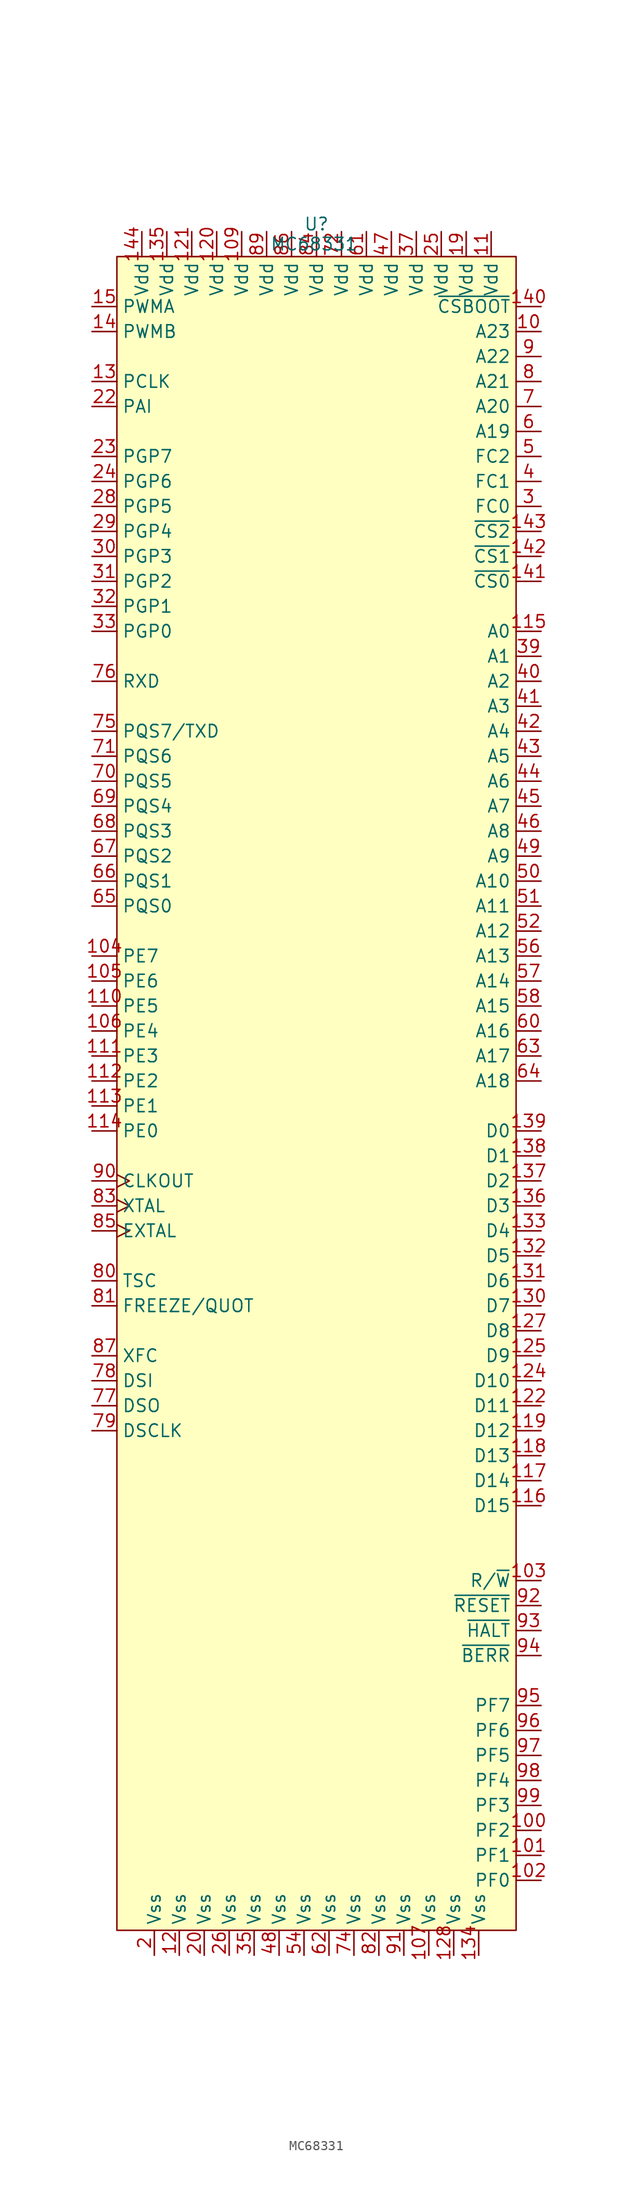
<source format=kicad_sym>
(kicad_symbol_lib
  (version 20231120)
  (generator "kicad_symbol_editor")
  (generator_version "8.0")
  (symbol "MC68331"
    (property "Reference" "U"
      (at 0 5.842 0)
      (effects (font (size 1.27 1.27))))
    (property "Value" "MC68331"
      (at -0.254 3.81 0)
      (effects (font (size 1.27 1.27))))
    (symbol "MC68331_0_0"
      (pin output line (at 22.86 -5.08 180) (length 2.54) (name "A23" (effects (font (size 1.27 1.27)))) (number "10" (effects (font (size 1.27 1.27)))))
      (pin unspecified line (at 22.86 -157.48 180) (length 2.54) (name "PF2" (effects (font (size 1.27 1.27)))) (number "100" (effects (font (size 1.27 1.27)))))
      (pin unspecified line (at 22.86 -160.02 180) (length 2.54) (name "PF1" (effects (font (size 1.27 1.27)))) (number "101" (effects (font (size 1.27 1.27)))))
      (pin unspecified line (at 22.86 -162.56 180) (length 2.54) (name "PF0" (effects (font (size 1.27 1.27)))) (number "102" (effects (font (size 1.27 1.27)))))
      (pin unspecified line (at 22.86 -132.08 180) (length 2.54) (name "R/~{W}" (effects (font (size 1.27 1.27)))) (number "103" (effects (font (size 1.27 1.27)))))
      (pin unspecified line (at -22.86 -68.58 0) (length 2.54) (name "PE7" (effects (font (size 1.27 1.27)))) (number "104" (effects (font (size 1.27 1.27)))))
      (pin unspecified line (at -22.86 -71.12 0) (length 2.54) (name "PE6" (effects (font (size 1.27 1.27)))) (number "105" (effects (font (size 1.27 1.27)))))
      (pin unspecified line (at -22.86 -76.2 0) (length 2.54) (name "PE4" (effects (font (size 1.27 1.27)))) (number "106" (effects (font (size 1.27 1.27)))))
      (pin power_in line (at 11.43 -170.18 90) (length 2.54) (name "Vss" (effects (font (size 1.27 1.27)))) (number "107" (effects (font (size 1.27 1.27)))))
      (pin power_in line (at -7.62 5.08 270) (length 2.54) (name "Vdd" (effects (font (size 1.27 1.27)))) (number "109" (effects (font (size 1.27 1.27)))))
      (pin power_in line (at 17.78 5.08 270) (length 2.54) (name "Vdd" (effects (font (size 1.27 1.27)))) (number "11" (effects (font (size 1.27 1.27)))))
      (pin unspecified line (at -22.86 -73.66 0) (length 2.54) (name "PE5" (effects (font (size 1.27 1.27)))) (number "110" (effects (font (size 1.27 1.27)))))
      (pin unspecified line (at -22.86 -78.74 0) (length 2.54) (name "PE3" (effects (font (size 1.27 1.27)))) (number "111" (effects (font (size 1.27 1.27)))))
      (pin unspecified line (at -22.86 -81.28 0) (length 2.54) (name "PE2" (effects (font (size 1.27 1.27)))) (number "112" (effects (font (size 1.27 1.27)))))
      (pin unspecified line (at -22.86 -83.82 0) (length 2.54) (name "PE1" (effects (font (size 1.27 1.27)))) (number "113" (effects (font (size 1.27 1.27)))))
      (pin unspecified line (at -22.86 -86.36 0) (length 2.54) (name "PE0" (effects (font (size 1.27 1.27)))) (number "114" (effects (font (size 1.27 1.27)))))
      (pin output line (at 22.86 -35.56 180) (length 2.54) (name "A0" (effects (font (size 1.27 1.27)))) (number "115" (effects (font (size 1.27 1.27)))))
      (pin bidirectional line (at 22.86 -124.46 180) (length 2.54) (name "D15" (effects (font (size 1.27 1.27)))) (number "116" (effects (font (size 1.27 1.27)))))
      (pin bidirectional line (at 22.86 -121.92 180) (length 2.54) (name "D14" (effects (font (size 1.27 1.27)))) (number "117" (effects (font (size 1.27 1.27)))))
      (pin bidirectional line (at 22.86 -119.38 180) (length 2.54) (name "D13" (effects (font (size 1.27 1.27)))) (number "118" (effects (font (size 1.27 1.27)))))
      (pin bidirectional line (at 22.86 -116.84 180) (length 2.54) (name "D12" (effects (font (size 1.27 1.27)))) (number "119" (effects (font (size 1.27 1.27)))))
      (pin power_in line (at -13.97 -170.18 90) (length 2.54) (name "Vss" (effects (font (size 1.27 1.27)))) (number "12" (effects (font (size 1.27 1.27)))))
      (pin power_in line (at -10.16 5.08 270) (length 2.54) (name "Vdd" (effects (font (size 1.27 1.27)))) (number "120" (effects (font (size 1.27 1.27)))))
      (pin power_in line (at -12.7 5.08 270) (length 2.54) (name "Vdd" (effects (font (size 1.27 1.27)))) (number "121" (effects (font (size 1.27 1.27)))))
      (pin bidirectional line (at 22.86 -114.3 180) (length 2.54) (name "D11" (effects (font (size 1.27 1.27)))) (number "122" (effects (font (size 1.27 1.27)))))
      (pin bidirectional line (at 22.86 -111.76 180) (length 2.54) (name "D10" (effects (font (size 1.27 1.27)))) (number "124" (effects (font (size 1.27 1.27)))))
      (pin bidirectional line (at 22.86 -109.22 180) (length 2.54) (name "D9" (effects (font (size 1.27 1.27)))) (number "125" (effects (font (size 1.27 1.27)))))
      (pin bidirectional line (at 22.86 -106.68 180) (length 2.54) (name "D8" (effects (font (size 1.27 1.27)))) (number "127" (effects (font (size 1.27 1.27)))))
      (pin power_in line (at 13.97 -170.18 90) (length 2.54) (name "Vss" (effects (font (size 1.27 1.27)))) (number "128" (effects (font (size 1.27 1.27)))))
      (pin unspecified line (at -22.86 -10.16 0) (length 2.54) (name "PCLK" (effects (font (size 1.27 1.27)))) (number "13" (effects (font (size 1.27 1.27)))))
      (pin bidirectional line (at 22.86 -104.14 180) (length 2.54) (name "D7" (effects (font (size 1.27 1.27)))) (number "130" (effects (font (size 1.27 1.27)))))
      (pin bidirectional line (at 22.86 -101.6 180) (length 2.54) (name "D6" (effects (font (size 1.27 1.27)))) (number "131" (effects (font (size 1.27 1.27)))))
      (pin bidirectional line (at 22.86 -99.06 180) (length 2.54) (name "D5" (effects (font (size 1.27 1.27)))) (number "132" (effects (font (size 1.27 1.27)))))
      (pin bidirectional line (at 22.86 -96.52 180) (length 2.54) (name "D4" (effects (font (size 1.27 1.27)))) (number "133" (effects (font (size 1.27 1.27)))))
      (pin power_in line (at 16.51 -170.18 90) (length 2.54) (name "Vss" (effects (font (size 1.27 1.27)))) (number "134" (effects (font (size 1.27 1.27)))))
      (pin power_in line (at -15.24 5.08 270) (length 2.54) (name "Vdd" (effects (font (size 1.27 1.27)))) (number "135" (effects (font (size 1.27 1.27)))))
      (pin bidirectional line (at 22.86 -93.98 180) (length 2.54) (name "D3" (effects (font (size 1.27 1.27)))) (number "136" (effects (font (size 1.27 1.27)))))
      (pin bidirectional line (at 22.86 -91.44 180) (length 2.54) (name "D2" (effects (font (size 1.27 1.27)))) (number "137" (effects (font (size 1.27 1.27)))))
      (pin bidirectional line (at 22.86 -88.9 180) (length 2.54) (name "D1" (effects (font (size 1.27 1.27)))) (number "138" (effects (font (size 1.27 1.27)))))
      (pin bidirectional line (at 22.86 -86.36 180) (length 2.54) (name "D0" (effects (font (size 1.27 1.27)))) (number "139" (effects (font (size 1.27 1.27)))))
      (pin unspecified line (at -22.86 -5.08 0) (length 2.54) (name "PWMB" (effects (font (size 1.27 1.27)))) (number "14" (effects (font (size 1.27 1.27)))))
      (pin unspecified line (at 22.86 -2.54 180) (length 2.54) (name "~{CSBOOT}" (effects (font (size 1.27 1.27)))) (number "140" (effects (font (size 1.27 1.27)))))
      (pin unspecified line (at 22.86 -30.48 180) (length 2.54) (name "~{CS0}" (effects (font (size 1.27 1.27)))) (number "141" (effects (font (size 1.27 1.27)))))
      (pin unspecified line (at 22.86 -27.94 180) (length 2.54) (name "~{CS1}" (effects (font (size 1.27 1.27)))) (number "142" (effects (font (size 1.27 1.27)))))
      (pin unspecified line (at 22.86 -25.4 180) (length 2.54) (name "~{CS2}" (effects (font (size 1.27 1.27)))) (number "143" (effects (font (size 1.27 1.27)))))
      (pin power_in line (at -17.78 5.08 270) (length 2.54) (name "Vdd" (effects (font (size 1.27 1.27)))) (number "144" (effects (font (size 1.27 1.27)))))
      (pin unspecified line (at -22.86 -2.54 0) (length 2.54) (name "PWMA" (effects (font (size 1.27 1.27)))) (number "15" (effects (font (size 1.27 1.27)))))
      (pin power_in line (at 15.24 5.08 270) (length 2.54) (name "Vdd" (effects (font (size 1.27 1.27)))) (number "19" (effects (font (size 1.27 1.27)))))
      (pin power_in line (at -16.51 -170.18 90) (length 2.54) (name "Vss" (effects (font (size 1.27 1.27)))) (number "2" (effects (font (size 1.27 1.27)))))
      (pin power_in line (at -11.43 -170.18 90) (length 2.54) (name "Vss" (effects (font (size 1.27 1.27)))) (number "20" (effects (font (size 1.27 1.27)))))
      (pin unspecified line (at -22.86 -12.7 0) (length 2.54) (name "PAI" (effects (font (size 1.27 1.27)))) (number "22" (effects (font (size 1.27 1.27)))))
      (pin unspecified line (at -22.86 -17.78 0) (length 2.54) (name "PGP7" (effects (font (size 1.27 1.27)))) (number "23" (effects (font (size 1.27 1.27)))))
      (pin unspecified line (at -22.86 -20.32 0) (length 2.54) (name "PGP6" (effects (font (size 1.27 1.27)))) (number "24" (effects (font (size 1.27 1.27)))))
      (pin power_in line (at 12.7 5.08 270) (length 2.54) (name "Vdd" (effects (font (size 1.27 1.27)))) (number "25" (effects (font (size 1.27 1.27)))))
      (pin power_in line (at -8.89 -170.18 90) (length 2.54) (name "Vss" (effects (font (size 1.27 1.27)))) (number "26" (effects (font (size 1.27 1.27)))))
      (pin unspecified line (at -22.86 -22.86 0) (length 2.54) (name "PGP5" (effects (font (size 1.27 1.27)))) (number "28" (effects (font (size 1.27 1.27)))))
      (pin unspecified line (at -22.86 -25.4 0) (length 2.54) (name "PGP4" (effects (font (size 1.27 1.27)))) (number "29" (effects (font (size 1.27 1.27)))))
      (pin unspecified line (at 22.86 -22.86 180) (length 2.54) (name "FC0" (effects (font (size 1.27 1.27)))) (number "3" (effects (font (size 1.27 1.27)))))
      (pin unspecified line (at -22.86 -27.94 0) (length 2.54) (name "PGP3" (effects (font (size 1.27 1.27)))) (number "30" (effects (font (size 1.27 1.27)))))
      (pin unspecified line (at -22.86 -30.48 0) (length 2.54) (name "PGP2" (effects (font (size 1.27 1.27)))) (number "31" (effects (font (size 1.27 1.27)))))
      (pin unspecified line (at -22.86 -33.02 0) (length 2.54) (name "PGP1" (effects (font (size 1.27 1.27)))) (number "32" (effects (font (size 1.27 1.27)))))
      (pin unspecified line (at -22.86 -35.56 0) (length 2.54) (name "PGP0" (effects (font (size 1.27 1.27)))) (number "33" (effects (font (size 1.27 1.27)))))
      (pin power_in line (at -6.35 -170.18 90) (length 2.54) (name "Vss" (effects (font (size 1.27 1.27)))) (number "35" (effects (font (size 1.27 1.27)))))
      (pin power_in line (at 10.16 5.08 270) (length 2.54) (name "Vdd" (effects (font (size 1.27 1.27)))) (number "37" (effects (font (size 1.27 1.27)))))
      (pin output line (at 22.86 -38.1 180) (length 2.54) (name "A1" (effects (font (size 1.27 1.27)))) (number "39" (effects (font (size 1.27 1.27)))))
      (pin unspecified line (at 22.86 -20.32 180) (length 2.54) (name "FC1" (effects (font (size 1.27 1.27)))) (number "4" (effects (font (size 1.27 1.27)))))
      (pin output line (at 22.86 -40.64 180) (length 2.54) (name "A2" (effects (font (size 1.27 1.27)))) (number "40" (effects (font (size 1.27 1.27)))))
      (pin output line (at 22.86 -43.18 180) (length 2.54) (name "A3" (effects (font (size 1.27 1.27)))) (number "41" (effects (font (size 1.27 1.27)))))
      (pin output line (at 22.86 -45.72 180) (length 2.54) (name "A4" (effects (font (size 1.27 1.27)))) (number "42" (effects (font (size 1.27 1.27)))))
      (pin output line (at 22.86 -48.26 180) (length 2.54) (name "A5" (effects (font (size 1.27 1.27)))) (number "43" (effects (font (size 1.27 1.27)))))
      (pin output line (at 22.86 -50.8 180) (length 2.54) (name "A6" (effects (font (size 1.27 1.27)))) (number "44" (effects (font (size 1.27 1.27)))))
      (pin output line (at 22.86 -53.34 180) (length 2.54) (name "A7" (effects (font (size 1.27 1.27)))) (number "45" (effects (font (size 1.27 1.27)))))
      (pin output line (at 22.86 -55.88 180) (length 2.54) (name "A8" (effects (font (size 1.27 1.27)))) (number "46" (effects (font (size 1.27 1.27)))))
      (pin power_in line (at 7.62 5.08 270) (length 2.54) (name "Vdd" (effects (font (size 1.27 1.27)))) (number "47" (effects (font (size 1.27 1.27)))))
      (pin power_in line (at -3.81 -170.18 90) (length 2.54) (name "Vss" (effects (font (size 1.27 1.27)))) (number "48" (effects (font (size 1.27 1.27)))))
      (pin output line (at 22.86 -58.42 180) (length 2.54) (name "A9" (effects (font (size 1.27 1.27)))) (number "49" (effects (font (size 1.27 1.27)))))
      (pin unspecified line (at 22.86 -17.78 180) (length 2.54) (name "FC2" (effects (font (size 1.27 1.27)))) (number "5" (effects (font (size 1.27 1.27)))))
      (pin output line (at 22.86 -60.96 180) (length 2.54) (name "A10" (effects (font (size 1.27 1.27)))) (number "50" (effects (font (size 1.27 1.27)))))
      (pin output line (at 22.86 -63.5 180) (length 2.54) (name "A11" (effects (font (size 1.27 1.27)))) (number "51" (effects (font (size 1.27 1.27)))))
      (pin output line (at 22.86 -66.04 180) (length 2.54) (name "A12" (effects (font (size 1.27 1.27)))) (number "52" (effects (font (size 1.27 1.27)))))
      (pin power_in line (at -1.27 -170.18 90) (length 2.54) (name "Vss" (effects (font (size 1.27 1.27)))) (number "54" (effects (font (size 1.27 1.27)))))
      (pin output line (at 22.86 -68.58 180) (length 2.54) (name "A13" (effects (font (size 1.27 1.27)))) (number "56" (effects (font (size 1.27 1.27)))))
      (pin output line (at 22.86 -71.12 180) (length 2.54) (name "A14" (effects (font (size 1.27 1.27)))) (number "57" (effects (font (size 1.27 1.27)))))
      (pin output line (at 22.86 -73.66 180) (length 2.54) (name "A15" (effects (font (size 1.27 1.27)))) (number "58" (effects (font (size 1.27 1.27)))))
      (pin output line (at 22.86 -15.24 180) (length 2.54) (name "A19" (effects (font (size 1.27 1.27)))) (number "6" (effects (font (size 1.27 1.27)))))
      (pin output line (at 22.86 -76.2 180) (length 2.54) (name "A16" (effects (font (size 1.27 1.27)))) (number "60" (effects (font (size 1.27 1.27)))))
      (pin power_in line (at 5.08 5.08 270) (length 2.54) (name "Vdd" (effects (font (size 1.27 1.27)))) (number "61" (effects (font (size 1.27 1.27)))))
      (pin power_in line (at 1.27 -170.18 90) (length 2.54) (name "Vss" (effects (font (size 1.27 1.27)))) (number "62" (effects (font (size 1.27 1.27)))))
      (pin output line (at 22.86 -78.74 180) (length 2.54) (name "A17" (effects (font (size 1.27 1.27)))) (number "63" (effects (font (size 1.27 1.27)))))
      (pin output line (at 22.86 -81.28 180) (length 2.54) (name "A18" (effects (font (size 1.27 1.27)))) (number "64" (effects (font (size 1.27 1.27)))))
      (pin unspecified line (at -22.86 -63.5 0) (length 2.54) (name "PQS0" (effects (font (size 1.27 1.27)))) (number "65" (effects (font (size 1.27 1.27)))))
      (pin unspecified line (at -22.86 -60.96 0) (length 2.54) (name "PQS1" (effects (font (size 1.27 1.27)))) (number "66" (effects (font (size 1.27 1.27)))))
      (pin unspecified line (at -22.86 -58.42 0) (length 2.54) (name "PQS2" (effects (font (size 1.27 1.27)))) (number "67" (effects (font (size 1.27 1.27)))))
      (pin unspecified line (at -22.86 -55.88 0) (length 2.54) (name "PQS3" (effects (font (size 1.27 1.27)))) (number "68" (effects (font (size 1.27 1.27)))))
      (pin unspecified line (at -22.86 -53.34 0) (length 2.54) (name "PQS4" (effects (font (size 1.27 1.27)))) (number "69" (effects (font (size 1.27 1.27)))))
      (pin output line (at 22.86 -12.7 180) (length 2.54) (name "A20" (effects (font (size 1.27 1.27)))) (number "7" (effects (font (size 1.27 1.27)))))
      (pin unspecified line (at -22.86 -50.8 0) (length 2.54) (name "PQS5" (effects (font (size 1.27 1.27)))) (number "70" (effects (font (size 1.27 1.27)))))
      (pin unspecified line (at -22.86 -48.26 0) (length 2.54) (name "PQS6" (effects (font (size 1.27 1.27)))) (number "71" (effects (font (size 1.27 1.27)))))
      (pin power_in line (at 2.54 5.08 270) (length 2.54) (name "Vdd" (effects (font (size 1.27 1.27)))) (number "72" (effects (font (size 1.27 1.27)))))
      (pin power_in line (at 3.81 -170.18 90) (length 2.54) (name "Vss" (effects (font (size 1.27 1.27)))) (number "74" (effects (font (size 1.27 1.27)))))
      (pin unspecified line (at -22.86 -45.72 0) (length 2.54) (name "PQS7/TXD" (effects (font (size 1.27 1.27)))) (number "75" (effects (font (size 1.27 1.27)))))
      (pin unspecified line (at -22.86 -40.64 0) (length 2.54) (name "RXD" (effects (font (size 1.27 1.27)))) (number "76" (effects (font (size 1.27 1.27)))))
      (pin unspecified line (at -22.86 -114.3 0) (length 2.54) (name "DSO" (effects (font (size 1.27 1.27)))) (number "77" (effects (font (size 1.27 1.27)))))
      (pin unspecified line (at -22.86 -111.76 0) (length 2.54) (name "DSI" (effects (font (size 1.27 1.27)))) (number "78" (effects (font (size 1.27 1.27)))))
      (pin unspecified line (at -22.86 -116.84 0) (length 2.54) (name "DSCLK" (effects (font (size 1.27 1.27)))) (number "79" (effects (font (size 1.27 1.27)))))
      (pin output line (at 22.86 -10.16 180) (length 2.54) (name "A21" (effects (font (size 1.27 1.27)))) (number "8" (effects (font (size 1.27 1.27)))))
      (pin unspecified line (at -22.86 -101.6 0) (length 2.54) (name "TSC" (effects (font (size 1.27 1.27)))) (number "80" (effects (font (size 1.27 1.27)))))
      (pin unspecified line (at -22.86 -104.14 0) (length 2.54) (name "FREEZE/QUOT" (effects (font (size 1.27 1.27)))) (number "81" (effects (font (size 1.27 1.27)))))
      (pin power_in line (at 0 5.08 270) (length 2.54) (name "Vdd" (effects (font (size 1.27 1.27)))) (number "84" (effects (font (size 1.27 1.27)))))
      (pin power_in line (at -2.54 5.08 270) (length 2.54) (name "Vdd" (effects (font (size 1.27 1.27)))) (number "86" (effects (font (size 1.27 1.27)))))
      (pin unspecified line (at -22.86 -109.22 0) (length 2.54) (name "XFC" (effects (font (size 1.27 1.27)))) (number "87" (effects (font (size 1.27 1.27)))))
      (pin power_in line (at -5.08 5.08 270) (length 2.54) (name "Vdd" (effects (font (size 1.27 1.27)))) (number "89" (effects (font (size 1.27 1.27)))))
      (pin output line (at 22.86 -7.62 180) (length 2.54) (name "A22" (effects (font (size 1.27 1.27)))) (number "9" (effects (font (size 1.27 1.27)))))
      (pin output clock (at -22.86 -91.44 0) (length 2.54) (name "CLKOUT" (effects (font (size 1.27 1.27)))) (number "90" (effects (font (size 1.27 1.27)))))
      (pin power_in line (at 8.89 -170.18 90) (length 2.54) (name "Vss" (effects (font (size 1.27 1.27)))) (number "91" (effects (font (size 1.27 1.27)))))
      (pin input line (at 22.86 -134.62 180) (length 2.54) (name "~{RESET}" (effects (font (size 1.27 1.27)))) (number "92" (effects (font (size 1.27 1.27)))))
      (pin unspecified line (at 22.86 -137.16 180) (length 2.54) (name "~{HALT}" (effects (font (size 1.27 1.27)))) (number "93" (effects (font (size 1.27 1.27)))))
      (pin unspecified line (at 22.86 -139.7 180) (length 2.54) (name "~{BERR}" (effects (font (size 1.27 1.27)))) (number "94" (effects (font (size 1.27 1.27)))))
      (pin unspecified line (at 22.86 -144.78 180) (length 2.54) (name "PF7" (effects (font (size 1.27 1.27)))) (number "95" (effects (font (size 1.27 1.27)))))
      (pin unspecified line (at 22.86 -147.32 180) (length 2.54) (name "PF6" (effects (font (size 1.27 1.27)))) (number "96" (effects (font (size 1.27 1.27)))))
      (pin unspecified line (at 22.86 -149.86 180) (length 2.54) (name "PF5" (effects (font (size 1.27 1.27)))) (number "97" (effects (font (size 1.27 1.27)))))
      (pin unspecified line (at 22.86 -152.4 180) (length 2.54) (name "PF4" (effects (font (size 1.27 1.27)))) (number "98" (effects (font (size 1.27 1.27)))))
      (pin unspecified line (at 22.86 -154.94 180) (length 2.54) (name "PF3" (effects (font (size 1.27 1.27)))) (number "99" (effects (font (size 1.27 1.27))))))
    (symbol "MC68331_1_0"
      (pin no_connect line (at -22.86 -119.38 0) (length 2.54) hide (name "NC" (effects (font (size 1.27 1.27)))) (number "1" (effects (font (size 1.27 1.27)))))
      (pin no_connect line (at -22.86 -154.94 0) (length 2.54) hide (name "NC" (effects (font (size 1.27 1.27)))) (number "108" (effects (font (size 1.27 1.27)))))
      (pin no_connect line (at -22.86 -157.48 0) (length 2.54) hide (name "NC" (effects (font (size 1.27 1.27)))) (number "123" (effects (font (size 1.27 1.27)))))
      (pin no_connect line (at -22.86 -160.02 0) (length 2.54) hide (name "NC" (effects (font (size 1.27 1.27)))) (number "126" (effects (font (size 1.27 1.27)))))
      (pin no_connect line (at -22.86 -162.56 0) (length 2.54) hide (name "NC" (effects (font (size 1.27 1.27)))) (number "129" (effects (font (size 1.27 1.27)))))
      (pin no_connect line (at -22.86 -121.92 0) (length 2.54) hide (name "NC" (effects (font (size 1.27 1.27)))) (number "16" (effects (font (size 1.27 1.27)))))
      (pin no_connect line (at -22.86 -124.46 0) (length 2.54) hide (name "NC" (effects (font (size 1.27 1.27)))) (number "17" (effects (font (size 1.27 1.27)))))
      (pin no_connect line (at -22.86 -127 0) (length 2.54) hide (name "NC" (effects (font (size 1.27 1.27)))) (number "18" (effects (font (size 1.27 1.27)))))
      (pin no_connect line (at -22.86 -129.54 0) (length 2.54) hide (name "NC" (effects (font (size 1.27 1.27)))) (number "21" (effects (font (size 1.27 1.27)))))
      (pin no_connect line (at -22.86 -132.08 0) (length 2.54) hide (name "NC" (effects (font (size 1.27 1.27)))) (number "27" (effects (font (size 1.27 1.27)))))
      (pin no_connect line (at -22.86 -134.62 0) (length 2.54) hide (name "NC" (effects (font (size 1.27 1.27)))) (number "34" (effects (font (size 1.27 1.27)))))
      (pin no_connect line (at -22.86 -137.16 0) (length 2.54) hide (name "NC" (effects (font (size 1.27 1.27)))) (number "36" (effects (font (size 1.27 1.27)))))
      (pin no_connect line (at -22.86 -139.7 0) (length 2.54) hide (name "NC" (effects (font (size 1.27 1.27)))) (number "38" (effects (font (size 1.27 1.27)))))
      (pin no_connect line (at -22.86 -142.24 0) (length 2.54) hide (name "NC" (effects (font (size 1.27 1.27)))) (number "53" (effects (font (size 1.27 1.27)))))
      (pin no_connect line (at -22.86 -144.78 0) (length 2.54) hide (name "NC" (effects (font (size 1.27 1.27)))) (number "55" (effects (font (size 1.27 1.27)))))
      (pin no_connect line (at -22.86 -147.32 0) (length 2.54) hide (name "NC" (effects (font (size 1.27 1.27)))) (number "59" (effects (font (size 1.27 1.27)))))
      (pin no_connect line (at -22.86 -149.86 0) (length 2.54) hide (name "NC" (effects (font (size 1.27 1.27)))) (number "73" (effects (font (size 1.27 1.27)))))
      (pin power_in line (at 6.35 -170.18 90) (length 2.54) (name "Vss" (effects (font (size 1.27 1.27)))) (number "82" (effects (font (size 1.27 1.27)))))
      (pin unspecified clock (at -22.86 -93.98 0) (length 2.54) (name "XTAL" (effects (font (size 1.27 1.27)))) (number "83" (effects (font (size 1.27 1.27)))))
      (pin unspecified clock (at -22.86 -96.52 0) (length 2.54) (name "EXTAL" (effects (font (size 1.27 1.27)))) (number "85" (effects (font (size 1.27 1.27)))))
      (pin no_connect line (at -22.86 -152.4 0) (length 2.54) hide (name "NC" (effects (font (size 1.27 1.27)))) (number "88" (effects (font (size 1.27 1.27))))))
    (symbol "MC68331_1_1"
      (rectangle (start -20.32 2.54) (end 20.32 -167.64) (stroke (width 0) (type default)) (fill (type background))))))
</source>
